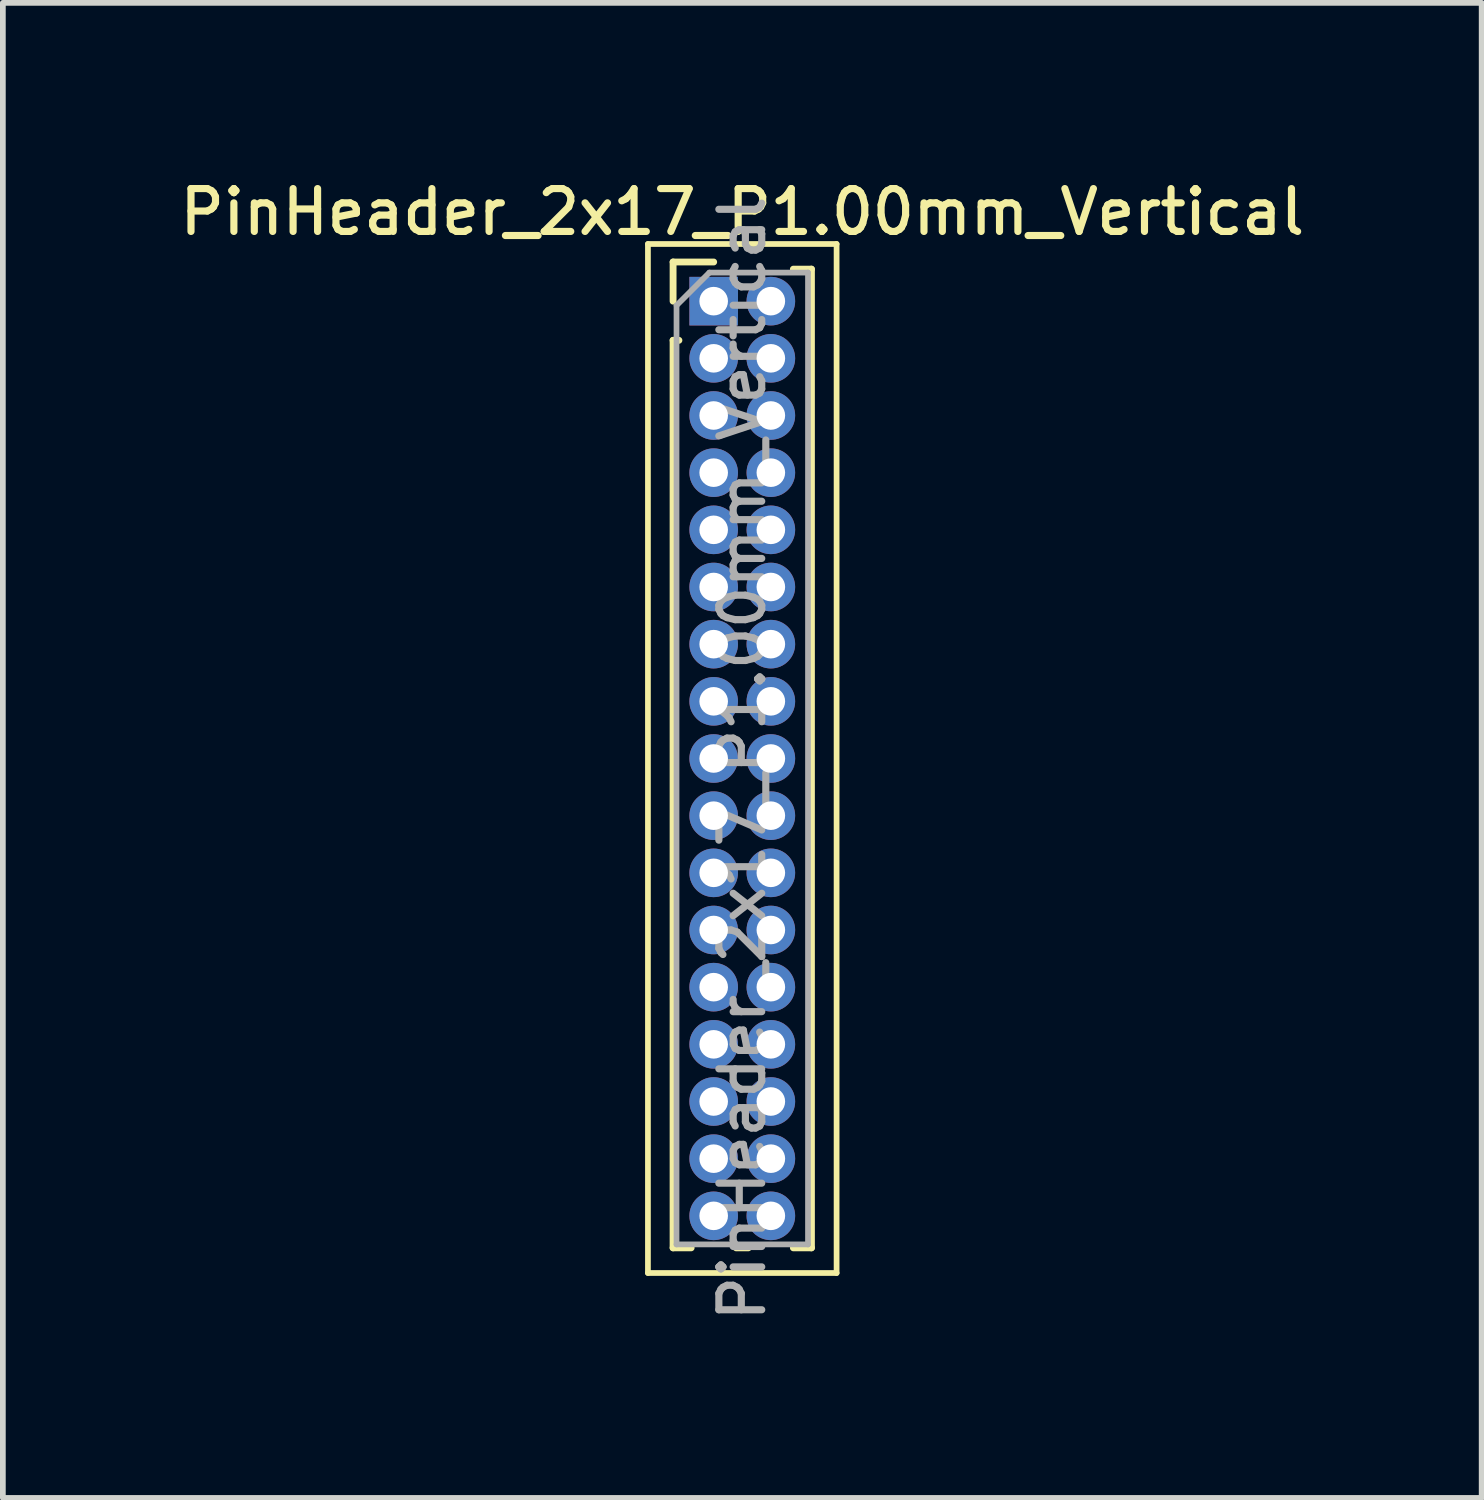
<source format=kicad_pcb>
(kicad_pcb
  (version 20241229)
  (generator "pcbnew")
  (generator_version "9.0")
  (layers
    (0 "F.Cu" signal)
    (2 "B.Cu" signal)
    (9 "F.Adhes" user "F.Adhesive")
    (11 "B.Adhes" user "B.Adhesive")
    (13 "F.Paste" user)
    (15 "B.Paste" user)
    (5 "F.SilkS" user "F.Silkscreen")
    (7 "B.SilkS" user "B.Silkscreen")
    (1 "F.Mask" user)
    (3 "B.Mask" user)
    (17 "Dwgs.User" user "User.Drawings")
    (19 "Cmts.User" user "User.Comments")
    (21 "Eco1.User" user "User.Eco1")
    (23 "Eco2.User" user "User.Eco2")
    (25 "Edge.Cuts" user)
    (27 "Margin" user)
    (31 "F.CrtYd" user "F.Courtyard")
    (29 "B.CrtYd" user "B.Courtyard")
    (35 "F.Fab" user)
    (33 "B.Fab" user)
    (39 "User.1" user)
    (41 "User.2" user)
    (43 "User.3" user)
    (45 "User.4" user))
  (footprint "PinHeader_2x17_P1.00mm_Vertical"
    (layer "F.Cu")
    (at 9.434 2.218)
    (property "Reference" "PinHeader_2x17_P1.00mm_Vertical" (at 0.5 -1.56 0) (layer "F.SilkS") (effects (font (size 0.75 0.75) (thickness 0.125))))
    (attr through_hole)
    (fp_line (start -1.15 -1) (end -1.15 17) (stroke (width 0.1) (type solid)) (layer "F.SilkS"))
    (fp_line (start -1.15 17) (end 2.15 17) (stroke (width 0.1) (type solid)) (layer "F.SilkS"))
    (fp_line (start -0.71 -0.685) (end 0 -0.685) (stroke (width 0.12) (type solid)) (layer "F.SilkS"))
    (fp_line (start -0.71 0) (end -0.71 -0.685) (stroke (width 0.12) (type solid)) (layer "F.SilkS"))
    (fp_line (start -0.71 0.685) (end -0.71 16.56) (stroke (width 0.12) (type solid)) (layer "F.SilkS"))
    (fp_line (start -0.71 0.685) (end -0.608 0.685) (stroke (width 0.12) (type solid)) (layer "F.SilkS"))
    (fp_line (start -0.71 16.56) (end -0.394 16.56) (stroke (width 0.12) (type solid)) (layer "F.SilkS"))
    (fp_line (start 0.394 16.56) (end 0.606 16.56) (stroke (width 0.12) (type solid)) (layer "F.SilkS"))
    (fp_line (start 1.394 -0.56) (end 1.71 -0.56) (stroke (width 0.12) (type solid)) (layer "F.SilkS"))
    (fp_line (start 1.394 16.56) (end 1.71 16.56) (stroke (width 0.12) (type solid)) (layer "F.SilkS"))
    (fp_line (start 1.71 -0.56) (end 1.71 16.56) (stroke (width 0.12) (type solid)) (layer "F.SilkS"))
    (fp_line (start 2.15 -1) (end -1.15 -1) (stroke (width 0.1) (type solid)) (layer "F.SilkS"))
    (fp_line (start 2.15 17) (end 2.15 -1) (stroke (width 0.1) (type solid)) (layer "F.SilkS"))
    (fp_line (start -0.65 0.075) (end -0.075 -0.5) (stroke (width 0.1) (type solid)) (layer "F.Fab"))
    (fp_line (start -0.65 16.5) (end -0.65 0.075) (stroke (width 0.1) (type solid)) (layer "F.Fab"))
    (fp_line (start -0.075 -0.5) (end 1.65 -0.5) (stroke (width 0.1) (type solid)) (layer "F.Fab"))
    (fp_line (start 1.65 -0.5) (end 1.65 16.5) (stroke (width 0.1) (type solid)) (layer "F.Fab"))
    (fp_line (start 1.65 16.5) (end -0.65 16.5) (stroke (width 0.1) (type solid)) (layer "F.Fab"))
    (fp_text user "${REFERENCE}" (at 0.5 8 90) (layer "F.Fab") (effects (font (size 0.75 0.75) (thickness 0.125))))
    (pad "1" thru_hole rect (at 0 0) (size 0.85 0.85) (drill 0.5) (layers "*.Cu" "*.Mask"))
    (pad "2" thru_hole oval (at 1 0) (size 0.85 0.85) (drill 0.5) (layers "*.Cu" "*.Mask"))
    (pad "3" thru_hole oval (at 0 1) (size 0.85 0.85) (drill 0.5) (layers "*.Cu" "*.Mask"))
    (pad "4" thru_hole oval (at 1 1) (size 0.85 0.85) (drill 0.5) (layers "*.Cu" "*.Mask"))
    (pad "5" thru_hole oval (at 0 2) (size 0.85 0.85) (drill 0.5) (layers "*.Cu" "*.Mask"))
    (pad "6" thru_hole oval (at 1 2) (size 0.85 0.85) (drill 0.5) (layers "*.Cu" "*.Mask"))
    (pad "7" thru_hole oval (at 0 3) (size 0.85 0.85) (drill 0.5) (layers "*.Cu" "*.Mask"))
    (pad "8" thru_hole oval (at 1 3) (size 0.85 0.85) (drill 0.5) (layers "*.Cu" "*.Mask"))
    (pad "9" thru_hole oval (at 0 4) (size 0.85 0.85) (drill 0.5) (layers "*.Cu" "*.Mask"))
    (pad "10" thru_hole oval (at 1 4) (size 0.85 0.85) (drill 0.5) (layers "*.Cu" "*.Mask"))
    (pad "11" thru_hole oval (at 0 5) (size 0.85 0.85) (drill 0.5) (layers "*.Cu" "*.Mask"))
    (pad "12" thru_hole oval (at 1 5) (size 0.85 0.85) (drill 0.5) (layers "*.Cu" "*.Mask"))
    (pad "13" thru_hole oval (at 0 6) (size 0.85 0.85) (drill 0.5) (layers "*.Cu" "*.Mask"))
    (pad "14" thru_hole oval (at 1 6) (size 0.85 0.85) (drill 0.5) (layers "*.Cu" "*.Mask"))
    (pad "15" thru_hole oval (at 0 7) (size 0.85 0.85) (drill 0.5) (layers "*.Cu" "*.Mask"))
    (pad "16" thru_hole oval (at 1 7) (size 0.85 0.85) (drill 0.5) (layers "*.Cu" "*.Mask"))
    (pad "17" thru_hole oval (at 0 8) (size 0.85 0.85) (drill 0.5) (layers "*.Cu" "*.Mask"))
    (pad "18" thru_hole oval (at 1 8) (size 0.85 0.85) (drill 0.5) (layers "*.Cu" "*.Mask"))
    (pad "19" thru_hole oval (at 0 9) (size 0.85 0.85) (drill 0.5) (layers "*.Cu" "*.Mask"))
    (pad "20" thru_hole oval (at 1 9) (size 0.85 0.85) (drill 0.5) (layers "*.Cu" "*.Mask"))
    (pad "21" thru_hole oval (at 0 10) (size 0.85 0.85) (drill 0.5) (layers "*.Cu" "*.Mask"))
    (pad "22" thru_hole oval (at 1 10) (size 0.85 0.85) (drill 0.5) (layers "*.Cu" "*.Mask"))
    (pad "23" thru_hole oval (at 0 11) (size 0.85 0.85) (drill 0.5) (layers "*.Cu" "*.Mask"))
    (pad "24" thru_hole oval (at 1 11) (size 0.85 0.85) (drill 0.5) (layers "*.Cu" "*.Mask"))
    (pad "25" thru_hole oval (at 0 12) (size 0.85 0.85) (drill 0.5) (layers "*.Cu" "*.Mask"))
    (pad "26" thru_hole oval (at 1 12) (size 0.85 0.85) (drill 0.5) (layers "*.Cu" "*.Mask"))
    (pad "27" thru_hole oval (at 0 13) (size 0.85 0.85) (drill 0.5) (layers "*.Cu" "*.Mask"))
    (pad "28" thru_hole oval (at 1 13) (size 0.85 0.85) (drill 0.5) (layers "*.Cu" "*.Mask"))
    (pad "29" thru_hole oval (at 0 14) (size 0.85 0.85) (drill 0.5) (layers "*.Cu" "*.Mask"))
    (pad "30" thru_hole oval (at 1 14) (size 0.85 0.85) (drill 0.5) (layers "*.Cu" "*.Mask"))
    (pad "31" thru_hole oval (at 0 15) (size 0.85 0.85) (drill 0.5) (layers "*.Cu" "*.Mask"))
    (pad "32" thru_hole oval (at 1 15) (size 0.85 0.85) (drill 0.5) (layers "*.Cu" "*.Mask"))
    (pad "33" thru_hole oval (at 0 16) (size 0.85 0.85) (drill 0.5) (layers "*.Cu" "*.Mask"))
    (pad "34" thru_hole oval (at 1 16) (size 0.85 0.85) (drill 0.5) (layers "*.Cu" "*.Mask")))
  (gr_rect
    (start -3 -3)
    (end 22.868 23.152)
    (stroke (width 0.1) (type default))
    (fill no)
    (layer "Edge.Cuts")))
</source>
